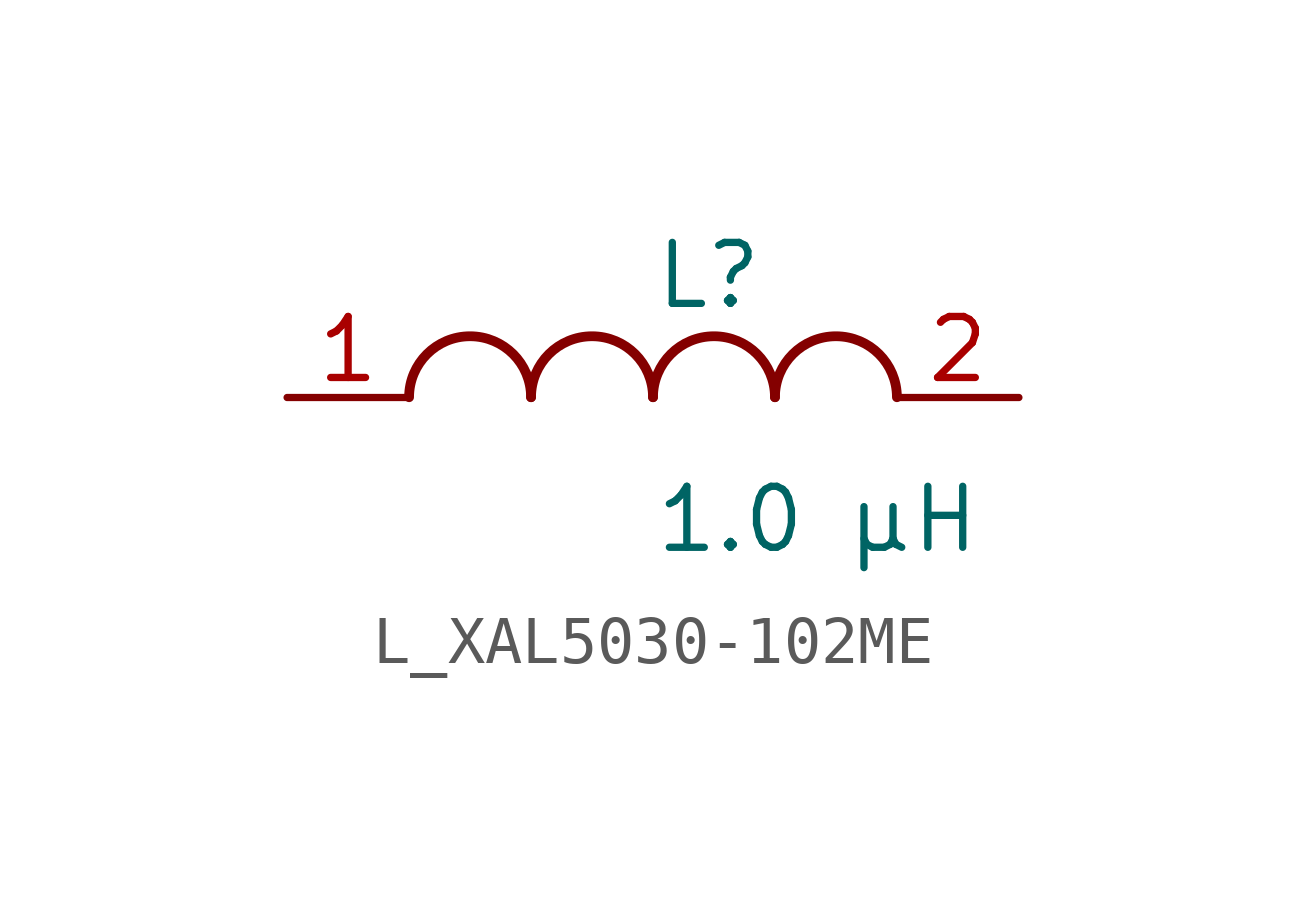
<source format=kicad_sym>
(kicad_symbol_lib
  (version 20231120)
  (generator kicad_symbol_editor)
  (generator_version 8.0)
  (symbol "L_XAL5030-102ME"
    (pin_names
      (offset 0.254))
    (property "Reference" "L"
      (at 0 2.54 0)
      (effects (font (size 1.27 1.27)) (justify left)))
    (property "Value" "1.0 µH"
      (at 0 -2.54 0)
      (effects (font (size 1.27 1.27)) (justify left)))
    (symbol "L_XAL5030-102ME_1_1"
      (arc (start -2.54 0.0056) (mid -3.81 1.27) (end -5.08 0.0056) (stroke (width 0.2032) (type default)) (fill (type none)))
      (arc (start 0 0.0056) (mid -1.27 1.27) (end -2.54 0.0056) (stroke (width 0.2032) (type default)) (fill (type none)))
      (arc (start 2.54 0.0056) (mid 1.27 1.27) (end 0 0.0056) (stroke (width 0.2032) (type default)) (fill (type none)))
      (arc (start 5.08 0.0056) (mid 3.81 1.27) (end 2.54 0.0056) (stroke (width 0.2032) (type default)) (fill (type none)))
      (pin unspecified line (at -7.62 0 0) (length 2.54) (name "" (effects (font (size 1.27 1.27)))) (number "1" (effects (font (size 1.27 1.27)))))
      (pin unspecified line (at 7.62 0 180) (length 2.54) (name "" (effects (font (size 1.27 1.27)))) (number "2" (effects (font (size 1.27 1.27))))))))
</source>
